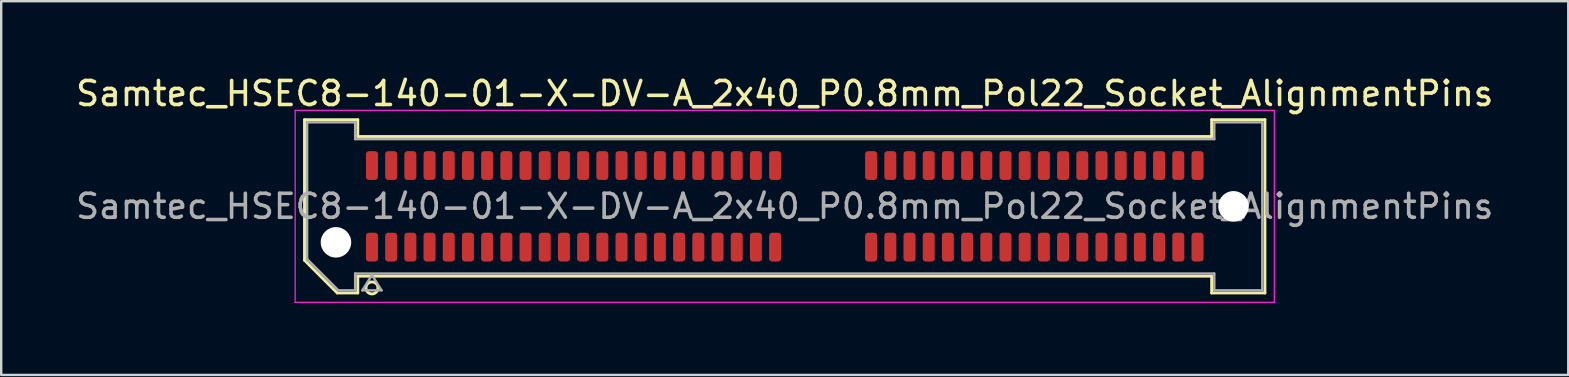
<source format=kicad_pcb>
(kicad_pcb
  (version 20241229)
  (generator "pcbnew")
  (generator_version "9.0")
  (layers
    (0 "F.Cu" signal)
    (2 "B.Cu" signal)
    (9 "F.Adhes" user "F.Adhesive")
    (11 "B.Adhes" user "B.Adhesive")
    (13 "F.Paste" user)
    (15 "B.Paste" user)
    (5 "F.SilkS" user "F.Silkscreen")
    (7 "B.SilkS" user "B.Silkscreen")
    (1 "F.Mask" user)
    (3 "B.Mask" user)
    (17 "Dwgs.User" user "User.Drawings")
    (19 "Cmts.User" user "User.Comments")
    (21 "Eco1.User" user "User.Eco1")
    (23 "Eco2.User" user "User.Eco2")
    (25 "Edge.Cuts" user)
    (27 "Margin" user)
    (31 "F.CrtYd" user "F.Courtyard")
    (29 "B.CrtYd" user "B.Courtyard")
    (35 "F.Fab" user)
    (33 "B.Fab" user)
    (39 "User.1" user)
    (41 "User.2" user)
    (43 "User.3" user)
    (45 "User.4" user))
  (footprint "Samtec_HSEC8-140-01-X-DV-A_2x40_P0.8mm_Pol22_Socket_AlignmentPins"
    (layer "F.Cu")
    (at 29.649 5.548)
    (property "Reference" "Samtec_HSEC8-140-01-X-DV-A_2x40_P0.8mm_Pol22_Socket_AlignmentPins" (at 0 -4.7 0) (layer "F.SilkS") (effects (font (size 1 1) (thickness 0.15))))
    (attr smd)
    (fp_line (start -20.01 -3.61) (end -17.79 -3.61) (stroke (width 0.12) (type solid)) (layer "F.SilkS"))
    (fp_line (start -20.01 2.246) (end -20.01 -3.61) (stroke (width 0.12) (type solid)) (layer "F.SilkS"))
    (fp_line (start -18.646 3.61) (end -20.01 2.246) (stroke (width 0.12) (type solid)) (layer "F.SilkS"))
    (fp_line (start -17.79 -3.61) (end -17.79 -2.91) (stroke (width 0.12) (type solid)) (layer "F.SilkS"))
    (fp_line (start -17.79 -2.91) (end 17.79 -2.91) (stroke (width 0.12) (type solid)) (layer "F.SilkS"))
    (fp_line (start -17.79 2.91) (end -17.79 3.61) (stroke (width 0.12) (type solid)) (layer "F.SilkS"))
    (fp_line (start -17.79 3.61) (end -18.646 3.61) (stroke (width 0.12) (type solid)) (layer "F.SilkS"))
    (fp_line (start 17.79 -3.61) (end 20.01 -3.61) (stroke (width 0.12) (type solid)) (layer "F.SilkS"))
    (fp_line (start 17.79 -2.91) (end 17.79 -3.61) (stroke (width 0.12) (type solid)) (layer "F.SilkS"))
    (fp_line (start 17.79 2.91) (end -17.79 2.91) (stroke (width 0.12) (type solid)) (layer "F.SilkS"))
    (fp_line (start 17.79 3.61) (end 17.79 2.91) (stroke (width 0.12) (type solid)) (layer "F.SilkS"))
    (fp_line (start 20.01 -3.61) (end 20.01 3.61) (stroke (width 0.12) (type solid)) (layer "F.SilkS"))
    (fp_line (start 20.01 3.61) (end 17.79 3.61) (stroke (width 0.12) (type solid)) (layer "F.SilkS"))
    (fp_arc (start -16.95 3.4) (mid -17.45 3.4) (end -16.95 3.4) (stroke (width 0.12) (type solid)) (layer "F.SilkS"))
    (fp_line (start -20.4 -4) (end -20.4 4) (stroke (width 0.05) (type solid)) (layer "F.CrtYd"))
    (fp_line (start -20.4 4) (end 20.4 4) (stroke (width 0.05) (type solid)) (layer "F.CrtYd"))
    (fp_line (start 20.4 -4) (end -20.4 -4) (stroke (width 0.05) (type solid)) (layer "F.CrtYd"))
    (fp_line (start 20.4 4) (end 20.4 -4) (stroke (width 0.05) (type solid)) (layer "F.CrtYd"))
    (fp_line (start -19.9 -3.5) (end -17.9 -3.5) (stroke (width 0.1) (type solid)) (layer "F.Fab"))
    (fp_line (start -19.9 2.2) (end -19.9 -3.5) (stroke (width 0.1) (type solid)) (layer "F.Fab"))
    (fp_line (start -18.6 3.5) (end -19.9 2.2) (stroke (width 0.1) (type solid)) (layer "F.Fab"))
    (fp_line (start -17.9 -3.5) (end -17.9 -2.8) (stroke (width 0.1) (type solid)) (layer "F.Fab"))
    (fp_line (start -17.9 -2.8) (end 17.9 -2.8) (stroke (width 0.1) (type solid)) (layer "F.Fab"))
    (fp_line (start -17.9 2.8) (end -17.9 3.5) (stroke (width 0.1) (type solid)) (layer "F.Fab"))
    (fp_line (start -17.9 3.5) (end -18.6 3.5) (stroke (width 0.1) (type solid)) (layer "F.Fab"))
    (fp_line (start -17.6 3.5) (end -17.2 2.86) (stroke (width 0.1) (type solid)) (layer "F.Fab"))
    (fp_line (start -17.2 2.86) (end -16.8 3.5) (stroke (width 0.1) (type solid)) (layer "F.Fab"))
    (fp_line (start -16.8 3.5) (end -17.6 3.5) (stroke (width 0.1) (type solid)) (layer "F.Fab"))
    (fp_line (start 17.9 -3.5) (end 19.9 -3.5) (stroke (width 0.1) (type solid)) (layer "F.Fab"))
    (fp_line (start 17.9 -2.8) (end 17.9 -3.5) (stroke (width 0.1) (type solid)) (layer "F.Fab"))
    (fp_line (start 17.9 2.8) (end -17.9 2.8) (stroke (width 0.1) (type solid)) (layer "F.Fab"))
    (fp_line (start 17.9 3.5) (end 17.9 2.8) (stroke (width 0.1) (type solid)) (layer "F.Fab"))
    (fp_line (start 19.9 -3.5) (end 19.9 3.5) (stroke (width 0.1) (type solid)) (layer "F.Fab"))
    (fp_line (start 19.9 3.5) (end 17.9 3.5) (stroke (width 0.1) (type solid)) (layer "F.Fab"))
    (fp_text user "${REFERENCE}" (at 0 0 0) (layer "F.Fab") (effects (font (size 1 1) (thickness 0.15))))
    (pad "" np_thru_hole circle (at -18.7 1.5) (size 1.27 1.27) (drill 1.27) (layers "*.Cu" "*.Mask"))
    (pad "" np_thru_hole circle (at 18.7 0) (size 1.27 1.27) (drill 1.27) (layers "*.Cu" "*.Mask"))
    (pad "1" smd roundrect (at -17.2 1.7) (size 0.5 1.2) (layers "F.Cu" "F.Mask" "F.Paste") (roundrect_rratio 0.25))
    (pad "2" smd roundrect (at -17.2 -1.7) (size 0.5 1.2) (layers "F.Cu" "F.Mask" "F.Paste") (roundrect_rratio 0.25))
    (pad "3" smd roundrect (at -16.4 1.7) (size 0.5 1.2) (layers "F.Cu" "F.Mask" "F.Paste") (roundrect_rratio 0.25))
    (pad "4" smd roundrect (at -16.4 -1.7) (size 0.5 1.2) (layers "F.Cu" "F.Mask" "F.Paste") (roundrect_rratio 0.25))
    (pad "5" smd roundrect (at -15.6 1.7) (size 0.5 1.2) (layers "F.Cu" "F.Mask" "F.Paste") (roundrect_rratio 0.25))
    (pad "6" smd roundrect (at -15.6 -1.7) (size 0.5 1.2) (layers "F.Cu" "F.Mask" "F.Paste") (roundrect_rratio 0.25))
    (pad "7" smd roundrect (at -14.8 1.7) (size 0.5 1.2) (layers "F.Cu" "F.Mask" "F.Paste") (roundrect_rratio 0.25))
    (pad "8" smd roundrect (at -14.8 -1.7) (size 0.5 1.2) (layers "F.Cu" "F.Mask" "F.Paste") (roundrect_rratio 0.25))
    (pad "9" smd roundrect (at -14 1.7) (size 0.5 1.2) (layers "F.Cu" "F.Mask" "F.Paste") (roundrect_rratio 0.25))
    (pad "10" smd roundrect (at -14 -1.7) (size 0.5 1.2) (layers "F.Cu" "F.Mask" "F.Paste") (roundrect_rratio 0.25))
    (pad "11" smd roundrect (at -13.2 1.7) (size 0.5 1.2) (layers "F.Cu" "F.Mask" "F.Paste") (roundrect_rratio 0.25))
    (pad "12" smd roundrect (at -13.2 -1.7) (size 0.5 1.2) (layers "F.Cu" "F.Mask" "F.Paste") (roundrect_rratio 0.25))
    (pad "13" smd roundrect (at -12.4 1.7) (size 0.5 1.2) (layers "F.Cu" "F.Mask" "F.Paste") (roundrect_rratio 0.25))
    (pad "14" smd roundrect (at -12.4 -1.7) (size 0.5 1.2) (layers "F.Cu" "F.Mask" "F.Paste") (roundrect_rratio 0.25))
    (pad "15" smd roundrect (at -11.6 1.7) (size 0.5 1.2) (layers "F.Cu" "F.Mask" "F.Paste") (roundrect_rratio 0.25))
    (pad "16" smd roundrect (at -11.6 -1.7) (size 0.5 1.2) (layers "F.Cu" "F.Mask" "F.Paste") (roundrect_rratio 0.25))
    (pad "17" smd roundrect (at -10.8 1.7) (size 0.5 1.2) (layers "F.Cu" "F.Mask" "F.Paste") (roundrect_rratio 0.25))
    (pad "18" smd roundrect (at -10.8 -1.7) (size 0.5 1.2) (layers "F.Cu" "F.Mask" "F.Paste") (roundrect_rratio 0.25))
    (pad "19" smd roundrect (at -10 1.7) (size 0.5 1.2) (layers "F.Cu" "F.Mask" "F.Paste") (roundrect_rratio 0.25))
    (pad "20" smd roundrect (at -10 -1.7) (size 0.5 1.2) (layers "F.Cu" "F.Mask" "F.Paste") (roundrect_rratio 0.25))
    (pad "21" smd roundrect (at -9.2 1.7) (size 0.5 1.2) (layers "F.Cu" "F.Mask" "F.Paste") (roundrect_rratio 0.25))
    (pad "22" smd roundrect (at -9.2 -1.7) (size 0.5 1.2) (layers "F.Cu" "F.Mask" "F.Paste") (roundrect_rratio 0.25))
    (pad "23" smd roundrect (at -8.4 1.7) (size 0.5 1.2) (layers "F.Cu" "F.Mask" "F.Paste") (roundrect_rratio 0.25))
    (pad "24" smd roundrect (at -8.4 -1.7) (size 0.5 1.2) (layers "F.Cu" "F.Mask" "F.Paste") (roundrect_rratio 0.25))
    (pad "25" smd roundrect (at -7.6 1.7) (size 0.5 1.2) (layers "F.Cu" "F.Mask" "F.Paste") (roundrect_rratio 0.25))
    (pad "26" smd roundrect (at -7.6 -1.7) (size 0.5 1.2) (layers "F.Cu" "F.Mask" "F.Paste") (roundrect_rratio 0.25))
    (pad "27" smd roundrect (at -6.8 1.7) (size 0.5 1.2) (layers "F.Cu" "F.Mask" "F.Paste") (roundrect_rratio 0.25))
    (pad "28" smd roundrect (at -6.8 -1.7) (size 0.5 1.2) (layers "F.Cu" "F.Mask" "F.Paste") (roundrect_rratio 0.25))
    (pad "29" smd roundrect (at -6 1.7) (size 0.5 1.2) (layers "F.Cu" "F.Mask" "F.Paste") (roundrect_rratio 0.25))
    (pad "30" smd roundrect (at -6 -1.7) (size 0.5 1.2) (layers "F.Cu" "F.Mask" "F.Paste") (roundrect_rratio 0.25))
    (pad "31" smd roundrect (at -5.2 1.7) (size 0.5 1.2) (layers "F.Cu" "F.Mask" "F.Paste") (roundrect_rratio 0.25))
    (pad "32" smd roundrect (at -5.2 -1.7) (size 0.5 1.2) (layers "F.Cu" "F.Mask" "F.Paste") (roundrect_rratio 0.25))
    (pad "33" smd roundrect (at -4.4 1.7) (size 0.5 1.2) (layers "F.Cu" "F.Mask" "F.Paste") (roundrect_rratio 0.25))
    (pad "34" smd roundrect (at -4.4 -1.7) (size 0.5 1.2) (layers "F.Cu" "F.Mask" "F.Paste") (roundrect_rratio 0.25))
    (pad "35" smd roundrect (at -3.6 1.7) (size 0.5 1.2) (layers "F.Cu" "F.Mask" "F.Paste") (roundrect_rratio 0.25))
    (pad "36" smd roundrect (at -3.6 -1.7) (size 0.5 1.2) (layers "F.Cu" "F.Mask" "F.Paste") (roundrect_rratio 0.25))
    (pad "37" smd roundrect (at -2.8 1.7) (size 0.5 1.2) (layers "F.Cu" "F.Mask" "F.Paste") (roundrect_rratio 0.25))
    (pad "38" smd roundrect (at -2.8 -1.7) (size 0.5 1.2) (layers "F.Cu" "F.Mask" "F.Paste") (roundrect_rratio 0.25))
    (pad "39" smd roundrect (at -2 1.7) (size 0.5 1.2) (layers "F.Cu" "F.Mask" "F.Paste") (roundrect_rratio 0.25))
    (pad "40" smd roundrect (at -2 -1.7) (size 0.5 1.2) (layers "F.Cu" "F.Mask" "F.Paste") (roundrect_rratio 0.25))
    (pad "41" smd roundrect (at -1.2 1.7) (size 0.5 1.2) (layers "F.Cu" "F.Mask" "F.Paste") (roundrect_rratio 0.25))
    (pad "42" smd roundrect (at -1.2 -1.7) (size 0.5 1.2) (layers "F.Cu" "F.Mask" "F.Paste") (roundrect_rratio 0.25))
    (pad "43" smd roundrect (at -0.4 1.7) (size 0.5 1.2) (layers "F.Cu" "F.Mask" "F.Paste") (roundrect_rratio 0.25))
    (pad "44" smd roundrect (at -0.4 -1.7) (size 0.5 1.2) (layers "F.Cu" "F.Mask" "F.Paste") (roundrect_rratio 0.25))
    (pad "45" smd roundrect (at 3.6 1.7) (size 0.5 1.2) (layers "F.Cu" "F.Mask" "F.Paste") (roundrect_rratio 0.25))
    (pad "46" smd roundrect (at 3.6 -1.7) (size 0.5 1.2) (layers "F.Cu" "F.Mask" "F.Paste") (roundrect_rratio 0.25))
    (pad "47" smd roundrect (at 4.4 1.7) (size 0.5 1.2) (layers "F.Cu" "F.Mask" "F.Paste") (roundrect_rratio 0.25))
    (pad "48" smd roundrect (at 4.4 -1.7) (size 0.5 1.2) (layers "F.Cu" "F.Mask" "F.Paste") (roundrect_rratio 0.25))
    (pad "49" smd roundrect (at 5.2 1.7) (size 0.5 1.2) (layers "F.Cu" "F.Mask" "F.Paste") (roundrect_rratio 0.25))
    (pad "50" smd roundrect (at 5.2 -1.7) (size 0.5 1.2) (layers "F.Cu" "F.Mask" "F.Paste") (roundrect_rratio 0.25))
    (pad "51" smd roundrect (at 6 1.7) (size 0.5 1.2) (layers "F.Cu" "F.Mask" "F.Paste") (roundrect_rratio 0.25))
    (pad "52" smd roundrect (at 6 -1.7) (size 0.5 1.2) (layers "F.Cu" "F.Mask" "F.Paste") (roundrect_rratio 0.25))
    (pad "53" smd roundrect (at 6.8 1.7) (size 0.5 1.2) (layers "F.Cu" "F.Mask" "F.Paste") (roundrect_rratio 0.25))
    (pad "54" smd roundrect (at 6.8 -1.7) (size 0.5 1.2) (layers "F.Cu" "F.Mask" "F.Paste") (roundrect_rratio 0.25))
    (pad "55" smd roundrect (at 7.6 1.7) (size 0.5 1.2) (layers "F.Cu" "F.Mask" "F.Paste") (roundrect_rratio 0.25))
    (pad "56" smd roundrect (at 7.6 -1.7) (size 0.5 1.2) (layers "F.Cu" "F.Mask" "F.Paste") (roundrect_rratio 0.25))
    (pad "57" smd roundrect (at 8.4 1.7) (size 0.5 1.2) (layers "F.Cu" "F.Mask" "F.Paste") (roundrect_rratio 0.25))
    (pad "58" smd roundrect (at 8.4 -1.7) (size 0.5 1.2) (layers "F.Cu" "F.Mask" "F.Paste") (roundrect_rratio 0.25))
    (pad "59" smd roundrect (at 9.2 1.7) (size 0.5 1.2) (layers "F.Cu" "F.Mask" "F.Paste") (roundrect_rratio 0.25))
    (pad "60" smd roundrect (at 9.2 -1.7) (size 0.5 1.2) (layers "F.Cu" "F.Mask" "F.Paste") (roundrect_rratio 0.25))
    (pad "61" smd roundrect (at 10 1.7) (size 0.5 1.2) (layers "F.Cu" "F.Mask" "F.Paste") (roundrect_rratio 0.25))
    (pad "62" smd roundrect (at 10 -1.7) (size 0.5 1.2) (layers "F.Cu" "F.Mask" "F.Paste") (roundrect_rratio 0.25))
    (pad "63" smd roundrect (at 10.8 1.7) (size 0.5 1.2) (layers "F.Cu" "F.Mask" "F.Paste") (roundrect_rratio 0.25))
    (pad "64" smd roundrect (at 10.8 -1.7) (size 0.5 1.2) (layers "F.Cu" "F.Mask" "F.Paste") (roundrect_rratio 0.25))
    (pad "65" smd roundrect (at 11.6 1.7) (size 0.5 1.2) (layers "F.Cu" "F.Mask" "F.Paste") (roundrect_rratio 0.25))
    (pad "66" smd roundrect (at 11.6 -1.7) (size 0.5 1.2) (layers "F.Cu" "F.Mask" "F.Paste") (roundrect_rratio 0.25))
    (pad "67" smd roundrect (at 12.4 1.7) (size 0.5 1.2) (layers "F.Cu" "F.Mask" "F.Paste") (roundrect_rratio 0.25))
    (pad "68" smd roundrect (at 12.4 -1.7) (size 0.5 1.2) (layers "F.Cu" "F.Mask" "F.Paste") (roundrect_rratio 0.25))
    (pad "69" smd roundrect (at 13.2 1.7) (size 0.5 1.2) (layers "F.Cu" "F.Mask" "F.Paste") (roundrect_rratio 0.25))
    (pad "70" smd roundrect (at 13.2 -1.7) (size 0.5 1.2) (layers "F.Cu" "F.Mask" "F.Paste") (roundrect_rratio 0.25))
    (pad "71" smd roundrect (at 14 1.7) (size 0.5 1.2) (layers "F.Cu" "F.Mask" "F.Paste") (roundrect_rratio 0.25))
    (pad "72" smd roundrect (at 14 -1.7) (size 0.5 1.2) (layers "F.Cu" "F.Mask" "F.Paste") (roundrect_rratio 0.25))
    (pad "73" smd roundrect (at 14.8 1.7) (size 0.5 1.2) (layers "F.Cu" "F.Mask" "F.Paste") (roundrect_rratio 0.25))
    (pad "74" smd roundrect (at 14.8 -1.7) (size 0.5 1.2) (layers "F.Cu" "F.Mask" "F.Paste") (roundrect_rratio 0.25))
    (pad "75" smd roundrect (at 15.6 1.7) (size 0.5 1.2) (layers "F.Cu" "F.Mask" "F.Paste") (roundrect_rratio 0.25))
    (pad "76" smd roundrect (at 15.6 -1.7) (size 0.5 1.2) (layers "F.Cu" "F.Mask" "F.Paste") (roundrect_rratio 0.25))
    (pad "77" smd roundrect (at 16.4 1.7) (size 0.5 1.2) (layers "F.Cu" "F.Mask" "F.Paste") (roundrect_rratio 0.25))
    (pad "78" smd roundrect (at 16.4 -1.7) (size 0.5 1.2) (layers "F.Cu" "F.Mask" "F.Paste") (roundrect_rratio 0.25))
    (pad "79" smd roundrect (at 17.2 1.7) (size 0.5 1.2) (layers "F.Cu" "F.Mask" "F.Paste") (roundrect_rratio 0.25))
    (pad "80" smd roundrect (at 17.2 -1.7) (size 0.5 1.2) (layers "F.Cu" "F.Mask" "F.Paste") (roundrect_rratio 0.25)))
  (gr_rect
    (start -3 -3)
    (end 62.298 12.573)
    (stroke (width 0.1) (type default))
    (fill no)
    (layer "Edge.Cuts")))
</source>
